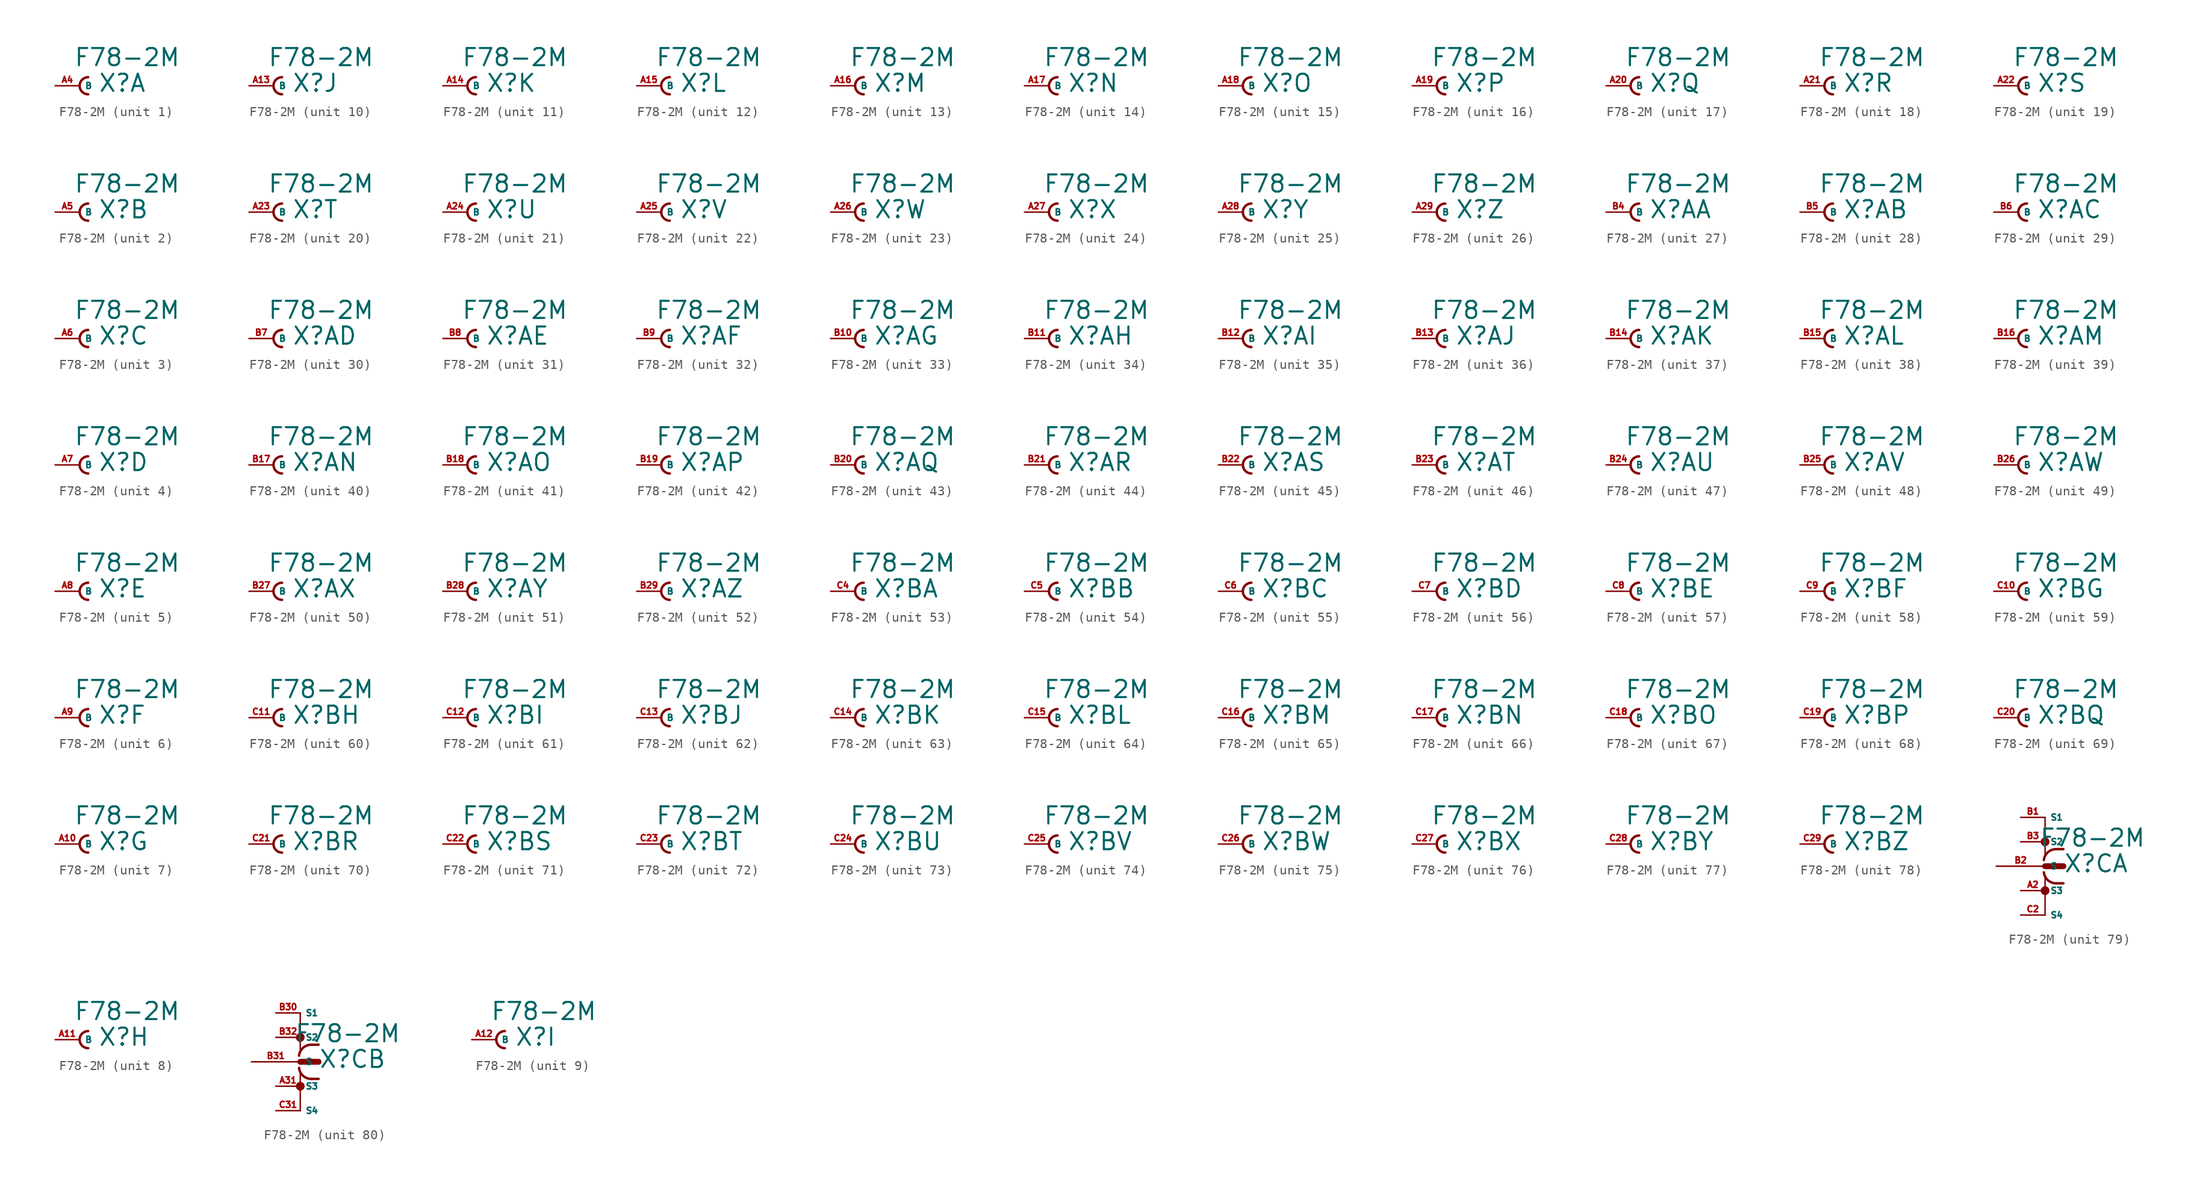
<source format=kicad_sym>
(kicad_symbol_lib
  (version 20220914)
  (generator Eagle2Kicad)
  (symbol "F78-2M"
    (property "Reference" "X"
      (at 1.905 -0.762 0)
      (effects (font (size 1.778 1.778) (thickness 0.22)) (justify left bottom)))
    (property "Value" "F78-2M"
      (at -0.635 1.905 0)
      (effects (font (size 1.778 1.778) (thickness 0.22)) (justify left bottom)))
    (symbol "F78-2M_1_0"
      (arc (start 0.889 0.889) (mid 0.000 0.000) (end 0.889 -0.889) (stroke (width 0.254) (type default)) (fill (type none)))
      (pin passive line (at -2.54 0 0) (length 2.54) (name "B" (effects (font (size 0.635 0.635) (thickness 0.08)) (justify left bottom))) (number "A4" (effects (font (size 0.635 0.635) (thickness 0.08)) (justify left bottom)))))
    (symbol "F78-2M_2_0"
      (arc (start 0.889 0.889) (mid 0.000 0.000) (end 0.889 -0.889) (stroke (width 0.254) (type default)) (fill (type none)))
      (pin passive line (at -2.54 0 0) (length 2.54) (name "B" (effects (font (size 0.635 0.635) (thickness 0.08)) (justify left bottom))) (number "A5" (effects (font (size 0.635 0.635) (thickness 0.08)) (justify left bottom)))))
    (symbol "F78-2M_3_0"
      (arc (start 0.889 0.889) (mid 0.000 0.000) (end 0.889 -0.889) (stroke (width 0.254) (type default)) (fill (type none)))
      (pin passive line (at -2.54 0 0) (length 2.54) (name "B" (effects (font (size 0.635 0.635) (thickness 0.08)) (justify left bottom))) (number "A6" (effects (font (size 0.635 0.635) (thickness 0.08)) (justify left bottom)))))
    (symbol "F78-2M_4_0"
      (arc (start 0.889 0.889) (mid 0.000 0.000) (end 0.889 -0.889) (stroke (width 0.254) (type default)) (fill (type none)))
      (pin passive line (at -2.54 0 0) (length 2.54) (name "B" (effects (font (size 0.635 0.635) (thickness 0.08)) (justify left bottom))) (number "A7" (effects (font (size 0.635 0.635) (thickness 0.08)) (justify left bottom)))))
    (symbol "F78-2M_5_0"
      (arc (start 0.889 0.889) (mid 0.000 0.000) (end 0.889 -0.889) (stroke (width 0.254) (type default)) (fill (type none)))
      (pin passive line (at -2.54 0 0) (length 2.54) (name "B" (effects (font (size 0.635 0.635) (thickness 0.08)) (justify left bottom))) (number "A8" (effects (font (size 0.635 0.635) (thickness 0.08)) (justify left bottom)))))
    (symbol "F78-2M_6_0"
      (arc (start 0.889 0.889) (mid 0.000 0.000) (end 0.889 -0.889) (stroke (width 0.254) (type default)) (fill (type none)))
      (pin passive line (at -2.54 0 0) (length 2.54) (name "B" (effects (font (size 0.635 0.635) (thickness 0.08)) (justify left bottom))) (number "A9" (effects (font (size 0.635 0.635) (thickness 0.08)) (justify left bottom)))))
    (symbol "F78-2M_7_0"
      (arc (start 0.889 0.889) (mid 0.000 0.000) (end 0.889 -0.889) (stroke (width 0.254) (type default)) (fill (type none)))
      (pin passive line (at -2.54 0 0) (length 2.54) (name "B" (effects (font (size 0.635 0.635) (thickness 0.08)) (justify left bottom))) (number "A10" (effects (font (size 0.635 0.635) (thickness 0.08)) (justify left bottom)))))
    (symbol "F78-2M_8_0"
      (arc (start 0.889 0.889) (mid 0.000 0.000) (end 0.889 -0.889) (stroke (width 0.254) (type default)) (fill (type none)))
      (pin passive line (at -2.54 0 0) (length 2.54) (name "B" (effects (font (size 0.635 0.635) (thickness 0.08)) (justify left bottom))) (number "A11" (effects (font (size 0.635 0.635) (thickness 0.08)) (justify left bottom)))))
    (symbol "F78-2M_9_0"
      (arc (start 0.889 0.889) (mid 0.000 0.000) (end 0.889 -0.889) (stroke (width 0.254) (type default)) (fill (type none)))
      (pin passive line (at -2.54 0 0) (length 2.54) (name "B" (effects (font (size 0.635 0.635) (thickness 0.08)) (justify left bottom))) (number "A12" (effects (font (size 0.635 0.635) (thickness 0.08)) (justify left bottom)))))
    (symbol "F78-2M_10_0"
      (arc (start 0.889 0.889) (mid 0.000 0.000) (end 0.889 -0.889) (stroke (width 0.254) (type default)) (fill (type none)))
      (pin passive line (at -2.54 0 0) (length 2.54) (name "B" (effects (font (size 0.635 0.635) (thickness 0.08)) (justify left bottom))) (number "A13" (effects (font (size 0.635 0.635) (thickness 0.08)) (justify left bottom)))))
    (symbol "F78-2M_11_0"
      (arc (start 0.889 0.889) (mid 0.000 0.000) (end 0.889 -0.889) (stroke (width 0.254) (type default)) (fill (type none)))
      (pin passive line (at -2.54 0 0) (length 2.54) (name "B" (effects (font (size 0.635 0.635) (thickness 0.08)) (justify left bottom))) (number "A14" (effects (font (size 0.635 0.635) (thickness 0.08)) (justify left bottom)))))
    (symbol "F78-2M_12_0"
      (arc (start 0.889 0.889) (mid 0.000 0.000) (end 0.889 -0.889) (stroke (width 0.254) (type default)) (fill (type none)))
      (pin passive line (at -2.54 0 0) (length 2.54) (name "B" (effects (font (size 0.635 0.635) (thickness 0.08)) (justify left bottom))) (number "A15" (effects (font (size 0.635 0.635) (thickness 0.08)) (justify left bottom)))))
    (symbol "F78-2M_13_0"
      (arc (start 0.889 0.889) (mid 0.000 0.000) (end 0.889 -0.889) (stroke (width 0.254) (type default)) (fill (type none)))
      (pin passive line (at -2.54 0 0) (length 2.54) (name "B" (effects (font (size 0.635 0.635) (thickness 0.08)) (justify left bottom))) (number "A16" (effects (font (size 0.635 0.635) (thickness 0.08)) (justify left bottom)))))
    (symbol "F78-2M_14_0"
      (arc (start 0.889 0.889) (mid 0.000 0.000) (end 0.889 -0.889) (stroke (width 0.254) (type default)) (fill (type none)))
      (pin passive line (at -2.54 0 0) (length 2.54) (name "B" (effects (font (size 0.635 0.635) (thickness 0.08)) (justify left bottom))) (number "A17" (effects (font (size 0.635 0.635) (thickness 0.08)) (justify left bottom)))))
    (symbol "F78-2M_15_0"
      (arc (start 0.889 0.889) (mid 0.000 0.000) (end 0.889 -0.889) (stroke (width 0.254) (type default)) (fill (type none)))
      (pin passive line (at -2.54 0 0) (length 2.54) (name "B" (effects (font (size 0.635 0.635) (thickness 0.08)) (justify left bottom))) (number "A18" (effects (font (size 0.635 0.635) (thickness 0.08)) (justify left bottom)))))
    (symbol "F78-2M_16_0"
      (arc (start 0.889 0.889) (mid 0.000 0.000) (end 0.889 -0.889) (stroke (width 0.254) (type default)) (fill (type none)))
      (pin passive line (at -2.54 0 0) (length 2.54) (name "B" (effects (font (size 0.635 0.635) (thickness 0.08)) (justify left bottom))) (number "A19" (effects (font (size 0.635 0.635) (thickness 0.08)) (justify left bottom)))))
    (symbol "F78-2M_17_0"
      (arc (start 0.889 0.889) (mid 0.000 0.000) (end 0.889 -0.889) (stroke (width 0.254) (type default)) (fill (type none)))
      (pin passive line (at -2.54 0 0) (length 2.54) (name "B" (effects (font (size 0.635 0.635) (thickness 0.08)) (justify left bottom))) (number "A20" (effects (font (size 0.635 0.635) (thickness 0.08)) (justify left bottom)))))
    (symbol "F78-2M_18_0"
      (arc (start 0.889 0.889) (mid 0.000 0.000) (end 0.889 -0.889) (stroke (width 0.254) (type default)) (fill (type none)))
      (pin passive line (at -2.54 0 0) (length 2.54) (name "B" (effects (font (size 0.635 0.635) (thickness 0.08)) (justify left bottom))) (number "A21" (effects (font (size 0.635 0.635) (thickness 0.08)) (justify left bottom)))))
    (symbol "F78-2M_19_0"
      (arc (start 0.889 0.889) (mid 0.000 0.000) (end 0.889 -0.889) (stroke (width 0.254) (type default)) (fill (type none)))
      (pin passive line (at -2.54 0 0) (length 2.54) (name "B" (effects (font (size 0.635 0.635) (thickness 0.08)) (justify left bottom))) (number "A22" (effects (font (size 0.635 0.635) (thickness 0.08)) (justify left bottom)))))
    (symbol "F78-2M_20_0"
      (arc (start 0.889 0.889) (mid 0.000 0.000) (end 0.889 -0.889) (stroke (width 0.254) (type default)) (fill (type none)))
      (pin passive line (at -2.54 0 0) (length 2.54) (name "B" (effects (font (size 0.635 0.635) (thickness 0.08)) (justify left bottom))) (number "A23" (effects (font (size 0.635 0.635) (thickness 0.08)) (justify left bottom)))))
    (symbol "F78-2M_21_0"
      (arc (start 0.889 0.889) (mid 0.000 0.000) (end 0.889 -0.889) (stroke (width 0.254) (type default)) (fill (type none)))
      (pin passive line (at -2.54 0 0) (length 2.54) (name "B" (effects (font (size 0.635 0.635) (thickness 0.08)) (justify left bottom))) (number "A24" (effects (font (size 0.635 0.635) (thickness 0.08)) (justify left bottom)))))
    (symbol "F78-2M_22_0"
      (arc (start 0.889 0.889) (mid 0.000 0.000) (end 0.889 -0.889) (stroke (width 0.254) (type default)) (fill (type none)))
      (pin passive line (at -2.54 0 0) (length 2.54) (name "B" (effects (font (size 0.635 0.635) (thickness 0.08)) (justify left bottom))) (number "A25" (effects (font (size 0.635 0.635) (thickness 0.08)) (justify left bottom)))))
    (symbol "F78-2M_23_0"
      (arc (start 0.889 0.889) (mid 0.000 0.000) (end 0.889 -0.889) (stroke (width 0.254) (type default)) (fill (type none)))
      (pin passive line (at -2.54 0 0) (length 2.54) (name "B" (effects (font (size 0.635 0.635) (thickness 0.08)) (justify left bottom))) (number "A26" (effects (font (size 0.635 0.635) (thickness 0.08)) (justify left bottom)))))
    (symbol "F78-2M_24_0"
      (arc (start 0.889 0.889) (mid 0.000 0.000) (end 0.889 -0.889) (stroke (width 0.254) (type default)) (fill (type none)))
      (pin passive line (at -2.54 0 0) (length 2.54) (name "B" (effects (font (size 0.635 0.635) (thickness 0.08)) (justify left bottom))) (number "A27" (effects (font (size 0.635 0.635) (thickness 0.08)) (justify left bottom)))))
    (symbol "F78-2M_25_0"
      (arc (start 0.889 0.889) (mid 0.000 0.000) (end 0.889 -0.889) (stroke (width 0.254) (type default)) (fill (type none)))
      (pin passive line (at -2.54 0 0) (length 2.54) (name "B" (effects (font (size 0.635 0.635) (thickness 0.08)) (justify left bottom))) (number "A28" (effects (font (size 0.635 0.635) (thickness 0.08)) (justify left bottom)))))
    (symbol "F78-2M_26_0"
      (arc (start 0.889 0.889) (mid 0.000 0.000) (end 0.889 -0.889) (stroke (width 0.254) (type default)) (fill (type none)))
      (pin passive line (at -2.54 0 0) (length 2.54) (name "B" (effects (font (size 0.635 0.635) (thickness 0.08)) (justify left bottom))) (number "A29" (effects (font (size 0.635 0.635) (thickness 0.08)) (justify left bottom)))))
    (symbol "F78-2M_27_0"
      (arc (start 0.889 0.889) (mid 0.000 0.000) (end 0.889 -0.889) (stroke (width 0.254) (type default)) (fill (type none)))
      (pin passive line (at -2.54 0 0) (length 2.54) (name "B" (effects (font (size 0.635 0.635) (thickness 0.08)) (justify left bottom))) (number "B4" (effects (font (size 0.635 0.635) (thickness 0.08)) (justify left bottom)))))
    (symbol "F78-2M_28_0"
      (arc (start 0.889 0.889) (mid 0.000 0.000) (end 0.889 -0.889) (stroke (width 0.254) (type default)) (fill (type none)))
      (pin passive line (at -2.54 0 0) (length 2.54) (name "B" (effects (font (size 0.635 0.635) (thickness 0.08)) (justify left bottom))) (number "B5" (effects (font (size 0.635 0.635) (thickness 0.08)) (justify left bottom)))))
    (symbol "F78-2M_29_0"
      (arc (start 0.889 0.889) (mid 0.000 0.000) (end 0.889 -0.889) (stroke (width 0.254) (type default)) (fill (type none)))
      (pin passive line (at -2.54 0 0) (length 2.54) (name "B" (effects (font (size 0.635 0.635) (thickness 0.08)) (justify left bottom))) (number "B6" (effects (font (size 0.635 0.635) (thickness 0.08)) (justify left bottom)))))
    (symbol "F78-2M_30_0"
      (arc (start 0.889 0.889) (mid 0.000 0.000) (end 0.889 -0.889) (stroke (width 0.254) (type default)) (fill (type none)))
      (pin passive line (at -2.54 0 0) (length 2.54) (name "B" (effects (font (size 0.635 0.635) (thickness 0.08)) (justify left bottom))) (number "B7" (effects (font (size 0.635 0.635) (thickness 0.08)) (justify left bottom)))))
    (symbol "F78-2M_31_0"
      (arc (start 0.889 0.889) (mid 0.000 0.000) (end 0.889 -0.889) (stroke (width 0.254) (type default)) (fill (type none)))
      (pin passive line (at -2.54 0 0) (length 2.54) (name "B" (effects (font (size 0.635 0.635) (thickness 0.08)) (justify left bottom))) (number "B8" (effects (font (size 0.635 0.635) (thickness 0.08)) (justify left bottom)))))
    (symbol "F78-2M_32_0"
      (arc (start 0.889 0.889) (mid 0.000 0.000) (end 0.889 -0.889) (stroke (width 0.254) (type default)) (fill (type none)))
      (pin passive line (at -2.54 0 0) (length 2.54) (name "B" (effects (font (size 0.635 0.635) (thickness 0.08)) (justify left bottom))) (number "B9" (effects (font (size 0.635 0.635) (thickness 0.08)) (justify left bottom)))))
    (symbol "F78-2M_33_0"
      (arc (start 0.889 0.889) (mid 0.000 0.000) (end 0.889 -0.889) (stroke (width 0.254) (type default)) (fill (type none)))
      (pin passive line (at -2.54 0 0) (length 2.54) (name "B" (effects (font (size 0.635 0.635) (thickness 0.08)) (justify left bottom))) (number "B10" (effects (font (size 0.635 0.635) (thickness 0.08)) (justify left bottom)))))
    (symbol "F78-2M_34_0"
      (arc (start 0.889 0.889) (mid 0.000 0.000) (end 0.889 -0.889) (stroke (width 0.254) (type default)) (fill (type none)))
      (pin passive line (at -2.54 0 0) (length 2.54) (name "B" (effects (font (size 0.635 0.635) (thickness 0.08)) (justify left bottom))) (number "B11" (effects (font (size 0.635 0.635) (thickness 0.08)) (justify left bottom)))))
    (symbol "F78-2M_35_0"
      (arc (start 0.889 0.889) (mid 0.000 0.000) (end 0.889 -0.889) (stroke (width 0.254) (type default)) (fill (type none)))
      (pin passive line (at -2.54 0 0) (length 2.54) (name "B" (effects (font (size 0.635 0.635) (thickness 0.08)) (justify left bottom))) (number "B12" (effects (font (size 0.635 0.635) (thickness 0.08)) (justify left bottom)))))
    (symbol "F78-2M_36_0"
      (arc (start 0.889 0.889) (mid 0.000 0.000) (end 0.889 -0.889) (stroke (width 0.254) (type default)) (fill (type none)))
      (pin passive line (at -2.54 0 0) (length 2.54) (name "B" (effects (font (size 0.635 0.635) (thickness 0.08)) (justify left bottom))) (number "B13" (effects (font (size 0.635 0.635) (thickness 0.08)) (justify left bottom)))))
    (symbol "F78-2M_37_0"
      (arc (start 0.889 0.889) (mid 0.000 0.000) (end 0.889 -0.889) (stroke (width 0.254) (type default)) (fill (type none)))
      (pin passive line (at -2.54 0 0) (length 2.54) (name "B" (effects (font (size 0.635 0.635) (thickness 0.08)) (justify left bottom))) (number "B14" (effects (font (size 0.635 0.635) (thickness 0.08)) (justify left bottom)))))
    (symbol "F78-2M_38_0"
      (arc (start 0.889 0.889) (mid 0.000 0.000) (end 0.889 -0.889) (stroke (width 0.254) (type default)) (fill (type none)))
      (pin passive line (at -2.54 0 0) (length 2.54) (name "B" (effects (font (size 0.635 0.635) (thickness 0.08)) (justify left bottom))) (number "B15" (effects (font (size 0.635 0.635) (thickness 0.08)) (justify left bottom)))))
    (symbol "F78-2M_39_0"
      (arc (start 0.889 0.889) (mid 0.000 0.000) (end 0.889 -0.889) (stroke (width 0.254) (type default)) (fill (type none)))
      (pin passive line (at -2.54 0 0) (length 2.54) (name "B" (effects (font (size 0.635 0.635) (thickness 0.08)) (justify left bottom))) (number "B16" (effects (font (size 0.635 0.635) (thickness 0.08)) (justify left bottom)))))
    (symbol "F78-2M_40_0"
      (arc (start 0.889 0.889) (mid 0.000 0.000) (end 0.889 -0.889) (stroke (width 0.254) (type default)) (fill (type none)))
      (pin passive line (at -2.54 0 0) (length 2.54) (name "B" (effects (font (size 0.635 0.635) (thickness 0.08)) (justify left bottom))) (number "B17" (effects (font (size 0.635 0.635) (thickness 0.08)) (justify left bottom)))))
    (symbol "F78-2M_41_0"
      (arc (start 0.889 0.889) (mid 0.000 0.000) (end 0.889 -0.889) (stroke (width 0.254) (type default)) (fill (type none)))
      (pin passive line (at -2.54 0 0) (length 2.54) (name "B" (effects (font (size 0.635 0.635) (thickness 0.08)) (justify left bottom))) (number "B18" (effects (font (size 0.635 0.635) (thickness 0.08)) (justify left bottom)))))
    (symbol "F78-2M_42_0"
      (arc (start 0.889 0.889) (mid 0.000 0.000) (end 0.889 -0.889) (stroke (width 0.254) (type default)) (fill (type none)))
      (pin passive line (at -2.54 0 0) (length 2.54) (name "B" (effects (font (size 0.635 0.635) (thickness 0.08)) (justify left bottom))) (number "B19" (effects (font (size 0.635 0.635) (thickness 0.08)) (justify left bottom)))))
    (symbol "F78-2M_43_0"
      (arc (start 0.889 0.889) (mid 0.000 0.000) (end 0.889 -0.889) (stroke (width 0.254) (type default)) (fill (type none)))
      (pin passive line (at -2.54 0 0) (length 2.54) (name "B" (effects (font (size 0.635 0.635) (thickness 0.08)) (justify left bottom))) (number "B20" (effects (font (size 0.635 0.635) (thickness 0.08)) (justify left bottom)))))
    (symbol "F78-2M_44_0"
      (arc (start 0.889 0.889) (mid 0.000 0.000) (end 0.889 -0.889) (stroke (width 0.254) (type default)) (fill (type none)))
      (pin passive line (at -2.54 0 0) (length 2.54) (name "B" (effects (font (size 0.635 0.635) (thickness 0.08)) (justify left bottom))) (number "B21" (effects (font (size 0.635 0.635) (thickness 0.08)) (justify left bottom)))))
    (symbol "F78-2M_45_0"
      (arc (start 0.889 0.889) (mid 0.000 0.000) (end 0.889 -0.889) (stroke (width 0.254) (type default)) (fill (type none)))
      (pin passive line (at -2.54 0 0) (length 2.54) (name "B" (effects (font (size 0.635 0.635) (thickness 0.08)) (justify left bottom))) (number "B22" (effects (font (size 0.635 0.635) (thickness 0.08)) (justify left bottom)))))
    (symbol "F78-2M_46_0"
      (arc (start 0.889 0.889) (mid 0.000 0.000) (end 0.889 -0.889) (stroke (width 0.254) (type default)) (fill (type none)))
      (pin passive line (at -2.54 0 0) (length 2.54) (name "B" (effects (font (size 0.635 0.635) (thickness 0.08)) (justify left bottom))) (number "B23" (effects (font (size 0.635 0.635) (thickness 0.08)) (justify left bottom)))))
    (symbol "F78-2M_47_0"
      (arc (start 0.889 0.889) (mid 0.000 0.000) (end 0.889 -0.889) (stroke (width 0.254) (type default)) (fill (type none)))
      (pin passive line (at -2.54 0 0) (length 2.54) (name "B" (effects (font (size 0.635 0.635) (thickness 0.08)) (justify left bottom))) (number "B24" (effects (font (size 0.635 0.635) (thickness 0.08)) (justify left bottom)))))
    (symbol "F78-2M_48_0"
      (arc (start 0.889 0.889) (mid 0.000 0.000) (end 0.889 -0.889) (stroke (width 0.254) (type default)) (fill (type none)))
      (pin passive line (at -2.54 0 0) (length 2.54) (name "B" (effects (font (size 0.635 0.635) (thickness 0.08)) (justify left bottom))) (number "B25" (effects (font (size 0.635 0.635) (thickness 0.08)) (justify left bottom)))))
    (symbol "F78-2M_49_0"
      (arc (start 0.889 0.889) (mid 0.000 0.000) (end 0.889 -0.889) (stroke (width 0.254) (type default)) (fill (type none)))
      (pin passive line (at -2.54 0 0) (length 2.54) (name "B" (effects (font (size 0.635 0.635) (thickness 0.08)) (justify left bottom))) (number "B26" (effects (font (size 0.635 0.635) (thickness 0.08)) (justify left bottom)))))
    (symbol "F78-2M_50_0"
      (arc (start 0.889 0.889) (mid 0.000 0.000) (end 0.889 -0.889) (stroke (width 0.254) (type default)) (fill (type none)))
      (pin passive line (at -2.54 0 0) (length 2.54) (name "B" (effects (font (size 0.635 0.635) (thickness 0.08)) (justify left bottom))) (number "B27" (effects (font (size 0.635 0.635) (thickness 0.08)) (justify left bottom)))))
    (symbol "F78-2M_51_0"
      (arc (start 0.889 0.889) (mid 0.000 0.000) (end 0.889 -0.889) (stroke (width 0.254) (type default)) (fill (type none)))
      (pin passive line (at -2.54 0 0) (length 2.54) (name "B" (effects (font (size 0.635 0.635) (thickness 0.08)) (justify left bottom))) (number "B28" (effects (font (size 0.635 0.635) (thickness 0.08)) (justify left bottom)))))
    (symbol "F78-2M_52_0"
      (arc (start 0.889 0.889) (mid 0.000 0.000) (end 0.889 -0.889) (stroke (width 0.254) (type default)) (fill (type none)))
      (pin passive line (at -2.54 0 0) (length 2.54) (name "B" (effects (font (size 0.635 0.635) (thickness 0.08)) (justify left bottom))) (number "B29" (effects (font (size 0.635 0.635) (thickness 0.08)) (justify left bottom)))))
    (symbol "F78-2M_53_0"
      (arc (start 0.889 0.889) (mid 0.000 0.000) (end 0.889 -0.889) (stroke (width 0.254) (type default)) (fill (type none)))
      (pin passive line (at -2.54 0 0) (length 2.54) (name "B" (effects (font (size 0.635 0.635) (thickness 0.08)) (justify left bottom))) (number "C4" (effects (font (size 0.635 0.635) (thickness 0.08)) (justify left bottom)))))
    (symbol "F78-2M_54_0"
      (arc (start 0.889 0.889) (mid 0.000 0.000) (end 0.889 -0.889) (stroke (width 0.254) (type default)) (fill (type none)))
      (pin passive line (at -2.54 0 0) (length 2.54) (name "B" (effects (font (size 0.635 0.635) (thickness 0.08)) (justify left bottom))) (number "C5" (effects (font (size 0.635 0.635) (thickness 0.08)) (justify left bottom)))))
    (symbol "F78-2M_55_0"
      (arc (start 0.889 0.889) (mid 0.000 0.000) (end 0.889 -0.889) (stroke (width 0.254) (type default)) (fill (type none)))
      (pin passive line (at -2.54 0 0) (length 2.54) (name "B" (effects (font (size 0.635 0.635) (thickness 0.08)) (justify left bottom))) (number "C6" (effects (font (size 0.635 0.635) (thickness 0.08)) (justify left bottom)))))
    (symbol "F78-2M_56_0"
      (arc (start 0.889 0.889) (mid 0.000 0.000) (end 0.889 -0.889) (stroke (width 0.254) (type default)) (fill (type none)))
      (pin passive line (at -2.54 0 0) (length 2.54) (name "B" (effects (font (size 0.635 0.635) (thickness 0.08)) (justify left bottom))) (number "C7" (effects (font (size 0.635 0.635) (thickness 0.08)) (justify left bottom)))))
    (symbol "F78-2M_57_0"
      (arc (start 0.889 0.889) (mid 0.000 0.000) (end 0.889 -0.889) (stroke (width 0.254) (type default)) (fill (type none)))
      (pin passive line (at -2.54 0 0) (length 2.54) (name "B" (effects (font (size 0.635 0.635) (thickness 0.08)) (justify left bottom))) (number "C8" (effects (font (size 0.635 0.635) (thickness 0.08)) (justify left bottom)))))
    (symbol "F78-2M_58_0"
      (arc (start 0.889 0.889) (mid 0.000 0.000) (end 0.889 -0.889) (stroke (width 0.254) (type default)) (fill (type none)))
      (pin passive line (at -2.54 0 0) (length 2.54) (name "B" (effects (font (size 0.635 0.635) (thickness 0.08)) (justify left bottom))) (number "C9" (effects (font (size 0.635 0.635) (thickness 0.08)) (justify left bottom)))))
    (symbol "F78-2M_59_0"
      (arc (start 0.889 0.889) (mid 0.000 0.000) (end 0.889 -0.889) (stroke (width 0.254) (type default)) (fill (type none)))
      (pin passive line (at -2.54 0 0) (length 2.54) (name "B" (effects (font (size 0.635 0.635) (thickness 0.08)) (justify left bottom))) (number "C10" (effects (font (size 0.635 0.635) (thickness 0.08)) (justify left bottom)))))
    (symbol "F78-2M_60_0"
      (arc (start 0.889 0.889) (mid 0.000 0.000) (end 0.889 -0.889) (stroke (width 0.254) (type default)) (fill (type none)))
      (pin passive line (at -2.54 0 0) (length 2.54) (name "B" (effects (font (size 0.635 0.635) (thickness 0.08)) (justify left bottom))) (number "C11" (effects (font (size 0.635 0.635) (thickness 0.08)) (justify left bottom)))))
    (symbol "F78-2M_61_0"
      (arc (start 0.889 0.889) (mid 0.000 0.000) (end 0.889 -0.889) (stroke (width 0.254) (type default)) (fill (type none)))
      (pin passive line (at -2.54 0 0) (length 2.54) (name "B" (effects (font (size 0.635 0.635) (thickness 0.08)) (justify left bottom))) (number "C12" (effects (font (size 0.635 0.635) (thickness 0.08)) (justify left bottom)))))
    (symbol "F78-2M_62_0"
      (arc (start 0.889 0.889) (mid 0.000 0.000) (end 0.889 -0.889) (stroke (width 0.254) (type default)) (fill (type none)))
      (pin passive line (at -2.54 0 0) (length 2.54) (name "B" (effects (font (size 0.635 0.635) (thickness 0.08)) (justify left bottom))) (number "C13" (effects (font (size 0.635 0.635) (thickness 0.08)) (justify left bottom)))))
    (symbol "F78-2M_63_0"
      (arc (start 0.889 0.889) (mid 0.000 0.000) (end 0.889 -0.889) (stroke (width 0.254) (type default)) (fill (type none)))
      (pin passive line (at -2.54 0 0) (length 2.54) (name "B" (effects (font (size 0.635 0.635) (thickness 0.08)) (justify left bottom))) (number "C14" (effects (font (size 0.635 0.635) (thickness 0.08)) (justify left bottom)))))
    (symbol "F78-2M_64_0"
      (arc (start 0.889 0.889) (mid 0.000 0.000) (end 0.889 -0.889) (stroke (width 0.254) (type default)) (fill (type none)))
      (pin passive line (at -2.54 0 0) (length 2.54) (name "B" (effects (font (size 0.635 0.635) (thickness 0.08)) (justify left bottom))) (number "C15" (effects (font (size 0.635 0.635) (thickness 0.08)) (justify left bottom)))))
    (symbol "F78-2M_65_0"
      (arc (start 0.889 0.889) (mid 0.000 0.000) (end 0.889 -0.889) (stroke (width 0.254) (type default)) (fill (type none)))
      (pin passive line (at -2.54 0 0) (length 2.54) (name "B" (effects (font (size 0.635 0.635) (thickness 0.08)) (justify left bottom))) (number "C16" (effects (font (size 0.635 0.635) (thickness 0.08)) (justify left bottom)))))
    (symbol "F78-2M_66_0"
      (arc (start 0.889 0.889) (mid 0.000 0.000) (end 0.889 -0.889) (stroke (width 0.254) (type default)) (fill (type none)))
      (pin passive line (at -2.54 0 0) (length 2.54) (name "B" (effects (font (size 0.635 0.635) (thickness 0.08)) (justify left bottom))) (number "C17" (effects (font (size 0.635 0.635) (thickness 0.08)) (justify left bottom)))))
    (symbol "F78-2M_67_0"
      (arc (start 0.889 0.889) (mid 0.000 0.000) (end 0.889 -0.889) (stroke (width 0.254) (type default)) (fill (type none)))
      (pin passive line (at -2.54 0 0) (length 2.54) (name "B" (effects (font (size 0.635 0.635) (thickness 0.08)) (justify left bottom))) (number "C18" (effects (font (size 0.635 0.635) (thickness 0.08)) (justify left bottom)))))
    (symbol "F78-2M_68_0"
      (arc (start 0.889 0.889) (mid 0.000 0.000) (end 0.889 -0.889) (stroke (width 0.254) (type default)) (fill (type none)))
      (pin passive line (at -2.54 0 0) (length 2.54) (name "B" (effects (font (size 0.635 0.635) (thickness 0.08)) (justify left bottom))) (number "C19" (effects (font (size 0.635 0.635) (thickness 0.08)) (justify left bottom)))))
    (symbol "F78-2M_69_0"
      (arc (start 0.889 0.889) (mid 0.000 0.000) (end 0.889 -0.889) (stroke (width 0.254) (type default)) (fill (type none)))
      (pin passive line (at -2.54 0 0) (length 2.54) (name "B" (effects (font (size 0.635 0.635) (thickness 0.08)) (justify left bottom))) (number "C20" (effects (font (size 0.635 0.635) (thickness 0.08)) (justify left bottom)))))
    (symbol "F78-2M_70_0"
      (arc (start 0.889 0.889) (mid 0.000 0.000) (end 0.889 -0.889) (stroke (width 0.254) (type default)) (fill (type none)))
      (pin passive line (at -2.54 0 0) (length 2.54) (name "B" (effects (font (size 0.635 0.635) (thickness 0.08)) (justify left bottom))) (number "C21" (effects (font (size 0.635 0.635) (thickness 0.08)) (justify left bottom)))))
    (symbol "F78-2M_71_0"
      (arc (start 0.889 0.889) (mid 0.000 0.000) (end 0.889 -0.889) (stroke (width 0.254) (type default)) (fill (type none)))
      (pin passive line (at -2.54 0 0) (length 2.54) (name "B" (effects (font (size 0.635 0.635) (thickness 0.08)) (justify left bottom))) (number "C22" (effects (font (size 0.635 0.635) (thickness 0.08)) (justify left bottom)))))
    (symbol "F78-2M_72_0"
      (arc (start 0.889 0.889) (mid 0.000 0.000) (end 0.889 -0.889) (stroke (width 0.254) (type default)) (fill (type none)))
      (pin passive line (at -2.54 0 0) (length 2.54) (name "B" (effects (font (size 0.635 0.635) (thickness 0.08)) (justify left bottom))) (number "C23" (effects (font (size 0.635 0.635) (thickness 0.08)) (justify left bottom)))))
    (symbol "F78-2M_73_0"
      (arc (start 0.889 0.889) (mid 0.000 0.000) (end 0.889 -0.889) (stroke (width 0.254) (type default)) (fill (type none)))
      (pin passive line (at -2.54 0 0) (length 2.54) (name "B" (effects (font (size 0.635 0.635) (thickness 0.08)) (justify left bottom))) (number "C24" (effects (font (size 0.635 0.635) (thickness 0.08)) (justify left bottom)))))
    (symbol "F78-2M_74_0"
      (arc (start 0.889 0.889) (mid 0.000 0.000) (end 0.889 -0.889) (stroke (width 0.254) (type default)) (fill (type none)))
      (pin passive line (at -2.54 0 0) (length 2.54) (name "B" (effects (font (size 0.635 0.635) (thickness 0.08)) (justify left bottom))) (number "C25" (effects (font (size 0.635 0.635) (thickness 0.08)) (justify left bottom)))))
    (symbol "F78-2M_75_0"
      (arc (start 0.889 0.889) (mid 0.000 0.000) (end 0.889 -0.889) (stroke (width 0.254) (type default)) (fill (type none)))
      (pin passive line (at -2.54 0 0) (length 2.54) (name "B" (effects (font (size 0.635 0.635) (thickness 0.08)) (justify left bottom))) (number "C26" (effects (font (size 0.635 0.635) (thickness 0.08)) (justify left bottom)))))
    (symbol "F78-2M_76_0"
      (arc (start 0.889 0.889) (mid 0.000 0.000) (end 0.889 -0.889) (stroke (width 0.254) (type default)) (fill (type none)))
      (pin passive line (at -2.54 0 0) (length 2.54) (name "B" (effects (font (size 0.635 0.635) (thickness 0.08)) (justify left bottom))) (number "C27" (effects (font (size 0.635 0.635) (thickness 0.08)) (justify left bottom)))))
    (symbol "F78-2M_77_0"
      (arc (start 0.889 0.889) (mid 0.000 0.000) (end 0.889 -0.889) (stroke (width 0.254) (type default)) (fill (type none)))
      (pin passive line (at -2.54 0 0) (length 2.54) (name "B" (effects (font (size 0.635 0.635) (thickness 0.08)) (justify left bottom))) (number "C28" (effects (font (size 0.635 0.635) (thickness 0.08)) (justify left bottom)))))
    (symbol "F78-2M_78_0"
      (arc (start 0.889 0.889) (mid 0.000 0.000) (end 0.889 -0.889) (stroke (width 0.254) (type default)) (fill (type none)))
      (pin passive line (at -2.54 0 0) (length 2.54) (name "B" (effects (font (size 0.635 0.635) (thickness 0.08)) (justify left bottom))) (number "C29" (effects (font (size 0.635 0.635) (thickness 0.08)) (justify left bottom)))))
    (symbol "F78-2M_79_0"
      (polyline (pts (xy 0 0) (xy 1.905 0)) (stroke (width 0.61) (type default)) (fill (type none)))
      (polyline (pts (xy 0 5.08) (xy 0 1.27)) (stroke (width 0.152) (type default)) (fill (type none)))
      (polyline (pts (xy 0 -5.08) (xy 0 -1.27)) (stroke (width 0.152) (type default)) (fill (type none)))
      (polyline (pts (xy 1.905 1.778) (xy 1.143 1.778)) (stroke (width 0.254) (type default)) (fill (type none)))
      (polyline (pts (xy 1.905 -1.778) (xy 1.143 -1.778)) (stroke (width 0.254) (type default)) (fill (type none)))
      (arc (start 1.143 1.778) (mid 0.287 1.452) (end -0.127 0.635) (stroke (width 0.254) (type default)) (fill (type none)))
      (arc (start -0.127 -0.635) (mid 0.287 -1.452) (end 1.143 -1.778) (stroke (width 0.254) (type default)) (fill (type none)))
      (circle (center 0 2.54) (radius 0.254) (stroke (width 0.406) (type default)) (fill (type none)))
      (circle (center 0 -2.54) (radius 0.254) (stroke (width 0.406) (type default)) (fill (type none)))
      (pin passive line (at -5.08 0 0) (length 5.08) (name "S" (effects (font (size 0.635 0.635) (thickness 0.08)) (justify left bottom))) (number "B2" (effects (font (size 0.635 0.635) (thickness 0.08)) (justify left bottom))))
      (pin passive line (at -2.54 5.08 0) (length 2.54) (name "S1" (effects (font (size 0.635 0.635) (thickness 0.08)) (justify left bottom))) (number "B1" (effects (font (size 0.635 0.635) (thickness 0.08)) (justify left bottom))))
      (pin passive line (at -2.54 2.54 0) (length 2.54) (name "S2" (effects (font (size 0.635 0.635) (thickness 0.08)) (justify left bottom))) (number "B3" (effects (font (size 0.635 0.635) (thickness 0.08)) (justify left bottom))))
      (pin passive line (at -2.54 -2.54 0) (length 2.54) (name "S3" (effects (font (size 0.635 0.635) (thickness 0.08)) (justify left bottom))) (number "A2" (effects (font (size 0.635 0.635) (thickness 0.08)) (justify left bottom))))
      (pin passive line (at -2.54 -5.08 0) (length 2.54) (name "S4" (effects (font (size 0.635 0.635) (thickness 0.08)) (justify left bottom))) (number "C2" (effects (font (size 0.635 0.635) (thickness 0.08)) (justify left bottom)))))
    (symbol "F78-2M_80_0"
      (polyline (pts (xy 0 0) (xy 1.905 0)) (stroke (width 0.61) (type default)) (fill (type none)))
      (polyline (pts (xy 0 5.08) (xy 0 1.27)) (stroke (width 0.152) (type default)) (fill (type none)))
      (polyline (pts (xy 0 -5.08) (xy 0 -1.27)) (stroke (width 0.152) (type default)) (fill (type none)))
      (polyline (pts (xy 1.905 1.778) (xy 1.143 1.778)) (stroke (width 0.254) (type default)) (fill (type none)))
      (polyline (pts (xy 1.905 -1.778) (xy 1.143 -1.778)) (stroke (width 0.254) (type default)) (fill (type none)))
      (arc (start 1.143 1.778) (mid 0.287 1.452) (end -0.127 0.635) (stroke (width 0.254) (type default)) (fill (type none)))
      (arc (start -0.127 -0.635) (mid 0.287 -1.452) (end 1.143 -1.778) (stroke (width 0.254) (type default)) (fill (type none)))
      (circle (center 0 2.54) (radius 0.254) (stroke (width 0.406) (type default)) (fill (type none)))
      (circle (center 0 -2.54) (radius 0.254) (stroke (width 0.406) (type default)) (fill (type none)))
      (pin passive line (at -5.08 0 0) (length 5.08) (name "S" (effects (font (size 0.635 0.635) (thickness 0.08)) (justify left bottom))) (number "B31" (effects (font (size 0.635 0.635) (thickness 0.08)) (justify left bottom))))
      (pin passive line (at -2.54 5.08 0) (length 2.54) (name "S1" (effects (font (size 0.635 0.635) (thickness 0.08)) (justify left bottom))) (number "B30" (effects (font (size 0.635 0.635) (thickness 0.08)) (justify left bottom))))
      (pin passive line (at -2.54 2.54 0) (length 2.54) (name "S2" (effects (font (size 0.635 0.635) (thickness 0.08)) (justify left bottom))) (number "B32" (effects (font (size 0.635 0.635) (thickness 0.08)) (justify left bottom))))
      (pin passive line (at -2.54 -2.54 0) (length 2.54) (name "S3" (effects (font (size 0.635 0.635) (thickness 0.08)) (justify left bottom))) (number "A31" (effects (font (size 0.635 0.635) (thickness 0.08)) (justify left bottom))))
      (pin passive line (at -2.54 -5.08 0) (length 2.54) (name "S4" (effects (font (size 0.635 0.635) (thickness 0.08)) (justify left bottom))) (number "C31" (effects (font (size 0.635 0.635) (thickness 0.08)) (justify left bottom)))))))
</source>
